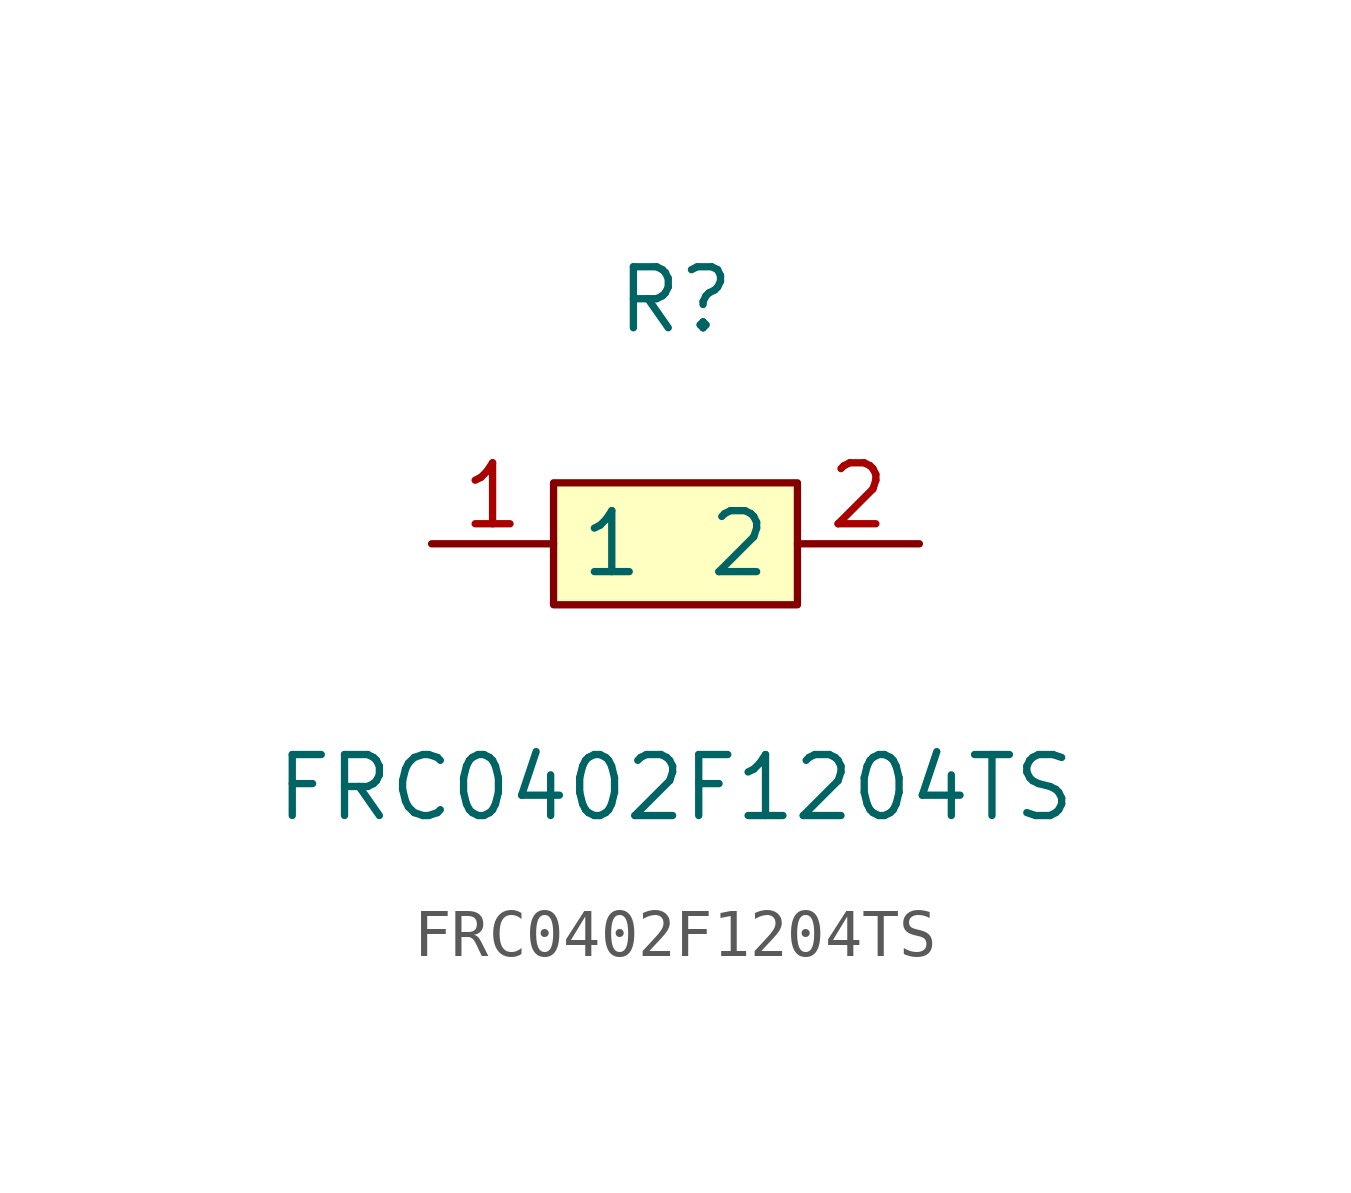
<source format=kicad_sym>
(kicad_symbol_lib
  (version 1)
  (generator "faebryk")
  (symbol "FRC0402F1204TS"
    (property "Reference" "R"
      (at 0 5.08 0)
      (effects (font (size 1.27 1.27)) (hide no)))
    (property "Value" "FRC0402F1204TS"
      (at 0 -5.08 0)
      (effects (font (size 1.27 1.27)) (hide no)))
    (symbol "FRC0402F1204TS_0_1"
      (rectangle (start -2.54 1.27) (end 2.54 -1.27) (stroke (width 0) (type default) (color 0 0 0 0)) (fill (type background)))
      (pin unspecified line (at 5.08 0 180) (length 2.54) (name "2" (effects (font (size 1.27 1.27)) (hide no))) (number "2" (effects (font (size 1.27 1.27)) (hide no))))
      (pin unspecified line (at -5.08 0 0) (length 2.54) (name "1" (effects (font (size 1.27 1.27)) (hide no))) (number "1" (effects (font (size 1.27 1.27)) (hide no)))))))
</source>
